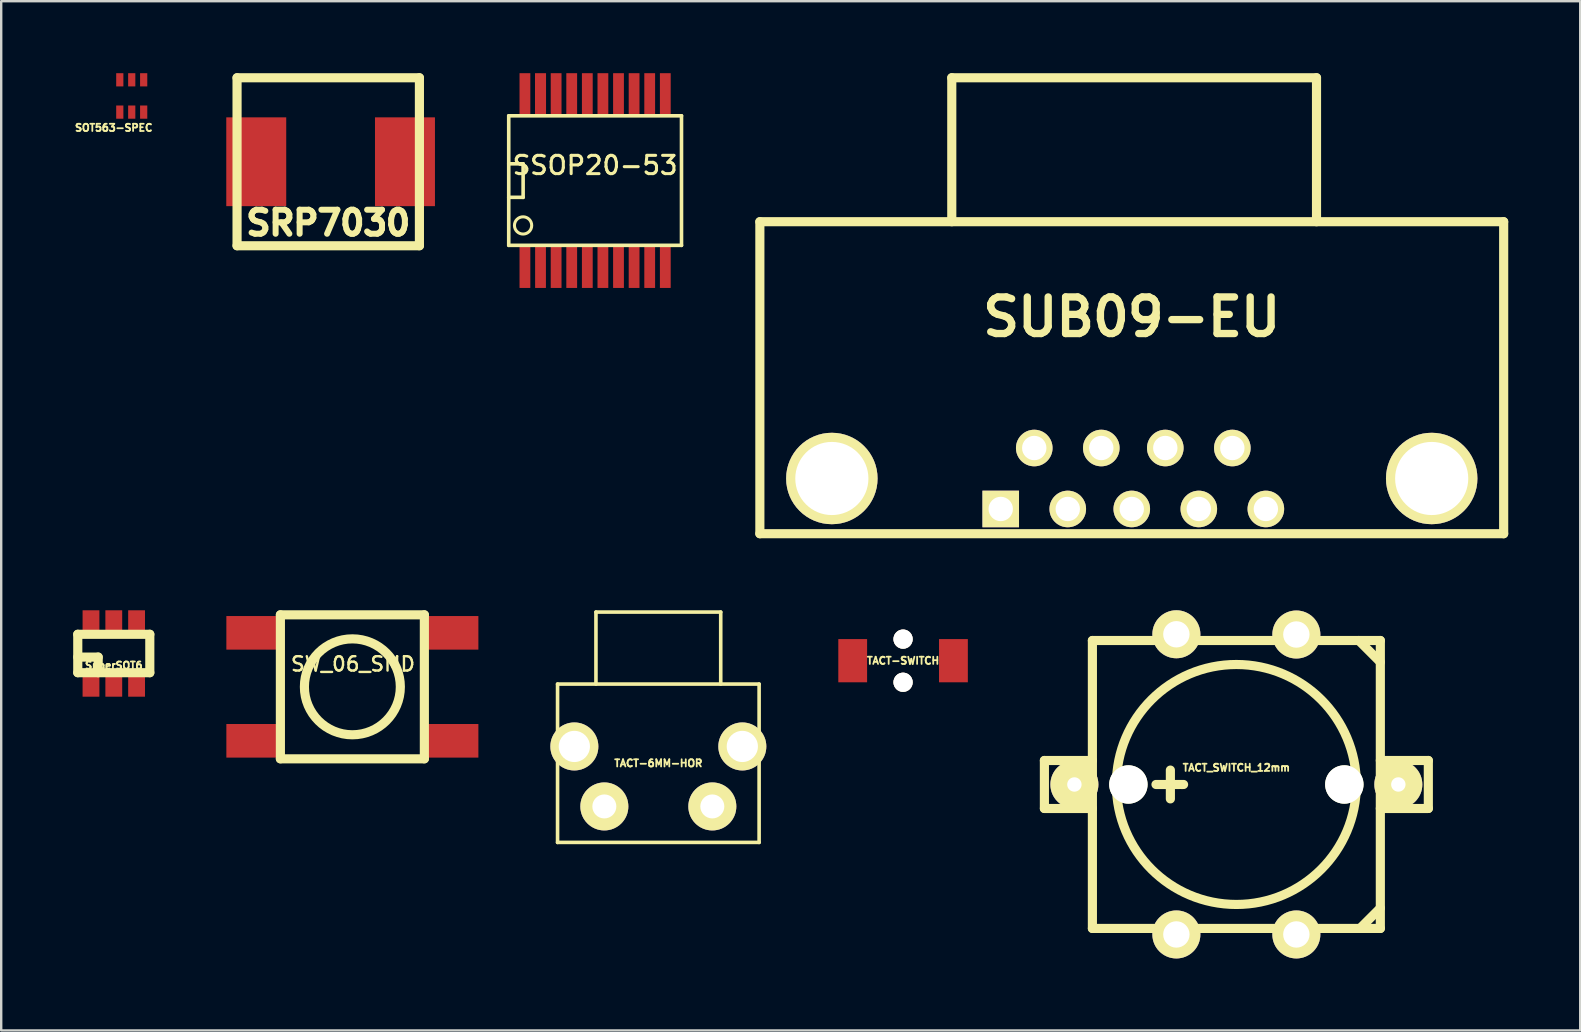
<source format=kicad_pcb>
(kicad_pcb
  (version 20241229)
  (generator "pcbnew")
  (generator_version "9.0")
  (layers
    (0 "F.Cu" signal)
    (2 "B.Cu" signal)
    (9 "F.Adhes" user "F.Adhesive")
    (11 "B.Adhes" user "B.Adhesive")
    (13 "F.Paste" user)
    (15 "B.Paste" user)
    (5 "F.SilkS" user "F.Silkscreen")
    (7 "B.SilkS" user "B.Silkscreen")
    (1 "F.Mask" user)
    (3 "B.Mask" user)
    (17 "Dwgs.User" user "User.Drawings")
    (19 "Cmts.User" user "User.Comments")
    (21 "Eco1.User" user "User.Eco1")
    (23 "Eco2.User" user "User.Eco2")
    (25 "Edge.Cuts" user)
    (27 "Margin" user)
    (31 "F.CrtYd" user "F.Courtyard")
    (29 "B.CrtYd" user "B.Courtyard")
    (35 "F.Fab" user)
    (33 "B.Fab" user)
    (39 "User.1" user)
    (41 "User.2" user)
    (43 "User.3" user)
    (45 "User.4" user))
  (footprint "SuperSOT6"
    (layer "F.Cu")
    (at 1.692 24.184)
    (property "Reference" "SuperSOT6" (at 0 0.5 0) (layer "F.SilkS") (effects (font (size 0.3 0.3) (thickness 0.076))))
    (attr through_hole)
    (fp_line (start -1.501 -0.8) (end 1.501 -0.8) (stroke (width 0.381) (type solid)) (layer "F.SilkS"))
    (fp_line (start -1.501 0.15) (end -0.65 0.15) (stroke (width 0.381) (type solid)) (layer "F.SilkS"))
    (fp_line (start -1.501 0.8) (end -1.501 -0.8) (stroke (width 0.381) (type solid)) (layer "F.SilkS"))
    (fp_line (start -0.65 0.15) (end -0.65 0.8) (stroke (width 0.381) (type solid)) (layer "F.SilkS"))
    (fp_line (start 1.501 -0.8) (end 1.501 0.8) (stroke (width 0.381) (type solid)) (layer "F.SilkS"))
    (fp_line (start 1.501 0.8) (end -1.501 0.8) (stroke (width 0.381) (type solid)) (layer "F.SilkS"))
    (pad "1" smd rect (at -0.95 1.3) (size 0.701 1.001) (layers "F.Cu" "F.Mask" "F.Paste"))
    (pad "2" smd rect (at 0 1.3) (size 0.701 1.001) (layers "F.Cu" "F.Mask" "F.Paste"))
    (pad "3" smd rect (at 0.95 1.3) (size 0.701 1.001) (layers "F.Cu" "F.Mask" "F.Paste"))
    (pad "4" smd rect (at 0.95 -1.3) (size 0.701 1.001) (layers "F.Cu" "F.Mask" "F.Paste"))
    (pad "5" smd rect (at 0 -1.3) (size 0.701 1.001) (layers "F.Cu" "F.Mask" "F.Paste"))
    (pad "6" smd rect (at -0.95 -1.3) (size 0.701 1.001) (layers "F.Cu" "F.Mask" "F.Paste")))
  (footprint "SUB09-EU"
    (layer "F.Cu")
    (at 44.116 18.161)
    (property "Reference" "SUB09-EU" (at 0 -8.001 0) (layer "F.SilkS") (effects (font (size 1.524 1.524) (thickness 0.305))))
    (attr through_hole)
    (fp_line (start -15.499 -11.971) (end 15.499 -11.971) (stroke (width 0.381) (type solid)) (layer "F.SilkS"))
    (fp_line (start -15.499 1.031) (end -15.499 -11.971) (stroke (width 0.381) (type solid)) (layer "F.SilkS"))
    (fp_line (start -7.501 -17.971) (end 7.699 -17.971) (stroke (width 0.381) (type solid)) (layer "F.SilkS"))
    (fp_line (start -7.501 -11.971) (end -7.501 -17.971) (stroke (width 0.381) (type solid)) (layer "F.SilkS"))
    (fp_line (start 7.699 -17.971) (end 7.699 -11.971) (stroke (width 0.381) (type solid)) (layer "F.SilkS"))
    (fp_line (start 15.499 -11.971) (end 15.499 1.031) (stroke (width 0.381) (type solid)) (layer "F.SilkS"))
    (fp_line (start 15.499 1.031) (end -15.499 1.031) (stroke (width 0.381) (type solid)) (layer "F.SilkS"))
    (pad "" thru_hole circle (at -12.499 -1.27) (size 3.81 3.81) (drill 3.048) (layers "*.Cu" "*.Mask" "F.SilkS"))
    (pad "" thru_hole circle (at 12.499 -1.27) (size 3.81 3.81) (drill 3.048) (layers "*.Cu" "*.Mask" "F.SilkS"))
    (pad "1" thru_hole rect (at -5.461 0) (size 1.524 1.524) (drill 1.016) (layers "*.Cu" "*.Mask" "F.SilkS"))
    (pad "2" thru_hole circle (at -2.667 0) (size 1.524 1.524) (drill 1.016) (layers "*.Cu" "*.Mask" "F.SilkS"))
    (pad "3" thru_hole circle (at 0 0) (size 1.524 1.524) (drill 1.016) (layers "*.Cu" "*.Mask" "F.SilkS"))
    (pad "4" thru_hole circle (at 2.794 0) (size 1.524 1.524) (drill 1.016) (layers "*.Cu" "*.Mask" "F.SilkS"))
    (pad "5" thru_hole circle (at 5.588 0) (size 1.524 1.524) (drill 1.016) (layers "*.Cu" "*.Mask" "F.SilkS"))
    (pad "6" thru_hole circle (at -4.064 -2.54) (size 1.524 1.524) (drill 1.016) (layers "*.Cu" "*.Mask" "F.SilkS"))
    (pad "7" thru_hole circle (at -1.27 -2.54) (size 1.524 1.524) (drill 1.016) (layers "*.Cu" "*.Mask" "F.SilkS"))
    (pad "8" thru_hole circle (at 1.397 -2.54) (size 1.524 1.524) (drill 1.016) (layers "*.Cu" "*.Mask" "F.SilkS"))
    (pad "9" thru_hole circle (at 4.191 -2.54) (size 1.524 1.524) (drill 1.016) (layers "*.Cu" "*.Mask" "F.SilkS")))
  (footprint "SSOP20-53"
    (layer "F.Cu")
    (at 21.751 4.475)
    (property "Reference" "SSOP20-53" (at 0 -0.635 0) (layer "F.SilkS") (effects (font (size 0.762 0.762) (thickness 0.127))))
    (attr smd)
    (fp_line (start -3.6 -2.7) (end 3.6 -2.7) (stroke (width 0.15) (type solid)) (layer "F.SilkS"))
    (fp_line (start -3.6 -0.7) (end -3 -0.7) (stroke (width 0.15) (type solid)) (layer "F.SilkS"))
    (fp_line (start -3.6 2.7) (end -3.6 -2.7) (stroke (width 0.15) (type solid)) (layer "F.SilkS"))
    (fp_line (start -3 -0.7) (end -3 0.7) (stroke (width 0.15) (type solid)) (layer "F.SilkS"))
    (fp_line (start -3 0.7) (end -3.6 0.7) (stroke (width 0.15) (type solid)) (layer "F.SilkS"))
    (fp_line (start 3.6 -2.7) (end 3.6 2.7) (stroke (width 0.15) (type solid)) (layer "F.SilkS"))
    (fp_line (start 3.6 2.7) (end -3.6 2.7) (stroke (width 0.15) (type solid)) (layer "F.SilkS"))
    (fp_circle (center -3.002 1.87) (end -3.256 1.616) (stroke (width 0.127) (type solid)) (fill no) (layer "F.SilkS"))
    (pad "1" smd rect (at -2.925 3.6) (size 0.45 1.75) (layers "F.Cu" "F.Mask" "F.Paste"))
    (pad "2" smd rect (at -2.275 3.6) (size 0.45 1.75) (layers "F.Cu" "F.Mask" "F.Paste"))
    (pad "3" smd rect (at -1.625 3.6) (size 0.45 1.75) (layers "F.Cu" "F.Mask" "F.Paste"))
    (pad "4" smd rect (at -0.975 3.6) (size 0.45 1.75) (layers "F.Cu" "F.Mask" "F.Paste"))
    (pad "5" smd rect (at -0.325 3.6) (size 0.45 1.75) (layers "F.Cu" "F.Mask" "F.Paste"))
    (pad "6" smd rect (at 0.325 3.6) (size 0.45 1.75) (layers "F.Cu" "F.Mask" "F.Paste"))
    (pad "7" smd rect (at 0.975 3.6) (size 0.45 1.75) (layers "F.Cu" "F.Mask" "F.Paste"))
    (pad "8" smd rect (at 1.625 3.6) (size 0.45 1.75) (layers "F.Cu" "F.Mask" "F.Paste"))
    (pad "9" smd rect (at 2.275 3.6) (size 0.45 1.75) (layers "F.Cu" "F.Mask" "F.Paste"))
    (pad "10" smd rect (at 2.925 3.6) (size 0.45 1.75) (layers "F.Cu" "F.Mask" "F.Paste"))
    (pad "11" smd rect (at 2.925 -3.6) (size 0.45 1.75) (layers "F.Cu" "F.Mask" "F.Paste"))
    (pad "12" smd rect (at 2.275 -3.6) (size 0.45 1.75) (layers "F.Cu" "F.Mask" "F.Paste"))
    (pad "13" smd rect (at 1.625 -3.6) (size 0.45 1.75) (layers "F.Cu" "F.Mask" "F.Paste"))
    (pad "14" smd rect (at 0.975 -3.6) (size 0.45 1.75) (layers "F.Cu" "F.Mask" "F.Paste"))
    (pad "15" smd rect (at 0.325 -3.6) (size 0.45 1.75) (layers "F.Cu" "F.Mask" "F.Paste"))
    (pad "16" smd rect (at -0.325 -3.6) (size 0.45 1.75) (layers "F.Cu" "F.Mask" "F.Paste"))
    (pad "17" smd rect (at -0.975 -3.6) (size 0.45 1.75) (layers "F.Cu" "F.Mask" "F.Paste"))
    (pad "18" smd rect (at -1.625 -3.6) (size 0.45 1.75) (layers "F.Cu" "F.Mask" "F.Paste"))
    (pad "19" smd rect (at -2.275 -3.6) (size 0.46 1.75) (layers "F.Cu" "F.Mask" "F.Paste"))
    (pad "20" smd rect (at -2.925 -3.6) (size 0.45 1.75) (layers "F.Cu" "F.Mask" "F.Paste")))
  (footprint "TACT_SWITCH_12mm"
    (layer "F.Cu")
    (at 48.475 29.643)
    (property "Reference" "TACT_SWITCH_12mm" (at 0 -0.7 0) (layer "F.SilkS") (effects (font (size 0.3 0.3) (thickness 0.075))))
    (attr through_hole)
    (fp_line (start -8 -1) (end -8 1) (stroke (width 0.381) (type solid)) (layer "F.SilkS"))
    (fp_line (start -8 -1) (end -6 -1) (stroke (width 0.381) (type solid)) (layer "F.SilkS"))
    (fp_line (start -8 1) (end -6 1) (stroke (width 0.381) (type solid)) (layer "F.SilkS"))
    (fp_line (start -6 -6) (end 6 -6) (stroke (width 0.381) (type solid)) (layer "F.SilkS"))
    (fp_line (start -6 6) (end -6 -6) (stroke (width 0.381) (type solid)) (layer "F.SilkS"))
    (fp_line (start -3.35 0) (end -2.35 0) (stroke (width 0.381) (type solid)) (layer "F.SilkS"))
    (fp_line (start -2.75 0.6) (end -2.75 -0.6) (stroke (width 0.381) (type solid)) (layer "F.SilkS"))
    (fp_line (start -2.3 0) (end -2.2 0) (stroke (width 0.381) (type solid)) (layer "F.SilkS"))
    (fp_line (start 5.1 -6) (end 6 -5.1) (stroke (width 0.381) (type solid)) (layer "F.SilkS"))
    (fp_line (start 5.15 6) (end 6 5.15) (stroke (width 0.381) (type solid)) (layer "F.SilkS"))
    (fp_line (start 6 -6) (end 6 6) (stroke (width 0.381) (type solid)) (layer "F.SilkS"))
    (fp_line (start 6 -1) (end 8 -1) (stroke (width 0.381) (type solid)) (layer "F.SilkS"))
    (fp_line (start 6 6) (end -6 6) (stroke (width 0.381) (type solid)) (layer "F.SilkS"))
    (fp_line (start 8 -1) (end 8 1) (stroke (width 0.381) (type solid)) (layer "F.SilkS"))
    (fp_line (start 8 1) (end 6 1) (stroke (width 0.381) (type solid)) (layer "F.SilkS"))
    (fp_circle (center 0 0) (end 5 0) (stroke (width 0.381) (type solid)) (fill no) (layer "F.SilkS"))
    (pad "" np_thru_hole circle (at -4.5 0) (size 1.6 1.6) (drill 1.6) (layers "*.Cu" "*.Mask" "F.SilkS"))
    (pad "" np_thru_hole circle (at 4.5 0) (size 1.6 1.6) (drill 1.6) (layers "*.Cu" "*.Mask" "F.SilkS"))
    (pad "1" thru_hole circle (at -6.75 0) (size 2 2) (drill 0.6) (layers "*.Cu" "*.Mask" "F.SilkS"))
    (pad "2" thru_hole circle (at 6.75 0) (size 2 2) (drill 0.6) (layers "*.Cu" "*.Mask" "F.SilkS"))
    (pad "3" thru_hole circle (at -2.5 -6.26) (size 2 2) (drill 1.1) (layers "*.Cu" "*.Mask" "F.SilkS"))
    (pad "3" thru_hole circle (at -2.5 6.25) (size 2 2) (drill 1.1) (layers "*.Cu" "*.Mask" "F.SilkS"))
    (pad "4" thru_hole circle (at 2.5 -6.25) (size 2 2) (drill 1.1) (layers "*.Cu" "*.Mask" "F.SilkS"))
    (pad "4" thru_hole circle (at 2.5 6.25) (size 2 2) (drill 1.1) (layers "*.Cu" "*.Mask" "F.SilkS")))
  (footprint "SW_06_SMD"
    (layer "F.Cu")
    (at 11.635 25.573)
    (property "Reference" "SW_06_SMD" (at 0.025 -0.95 0) (layer "F.SilkS") (effects (font (size 0.599 0.599) (thickness 0.099))))
    (attr through_hole)
    (fp_line (start -3 -3) (end 3 -3) (stroke (width 0.381) (type solid)) (layer "F.SilkS"))
    (fp_line (start -3 3) (end -3 -3) (stroke (width 0.381) (type solid)) (layer "F.SilkS"))
    (fp_line (start 3 -3) (end 3 3) (stroke (width 0.381) (type solid)) (layer "F.SilkS"))
    (fp_line (start 3 3) (end -3 3) (stroke (width 0.381) (type solid)) (layer "F.SilkS"))
    (fp_circle (center 0 0) (end 1.999 0) (stroke (width 0.381) (type solid)) (fill no) (layer "F.SilkS"))
    (pad "1" smd rect (at -4.201 -2.25) (size 2.101 1.4) (layers "F.Cu" "F.Mask" "F.Paste"))
    (pad "1" smd rect (at 4.201 -2.25) (size 2.101 1.4) (layers "F.Cu" "F.Mask" "F.Paste"))
    (pad "2" smd rect (at -4.201 2.25) (size 2.101 1.4) (layers "F.Cu" "F.Mask" "F.Paste"))
    (pad "2" smd rect (at 4.201 2.25) (size 2.101 1.4) (layers "F.Cu" "F.Mask" "F.Paste")))
  (footprint "TACT-SWITCH"
    (layer "F.Cu")
    (at 34.585 24.484)
    (property "Reference" "TACT-SWITCH" (at 0 0 0) (layer "F.SilkS") (effects (font (size 0.3 0.3) (thickness 0.076))))
    (attr smd)
    (fp_line (start -1.999 -1.501) (end 1.999 -1.501) (stroke (width 0.001) (type solid)) (layer "F.SilkS"))
    (fp_line (start -1.999 1.501) (end -1.999 -1.501) (stroke (width 0.001) (type solid)) (layer "F.SilkS"))
    (fp_line (start -0.8 -2.101) (end 0.8 -2.101) (stroke (width 0.001) (type solid)) (layer "F.SilkS"))
    (fp_line (start -0.8 -1.501) (end -0.8 -2.101) (stroke (width 0.001) (type solid)) (layer "F.SilkS"))
    (fp_line (start 0.8 -2.101) (end 0.8 -1.501) (stroke (width 0.001) (type solid)) (layer "F.SilkS"))
    (fp_line (start 1.999 -1.501) (end 1.999 1.501) (stroke (width 0.001) (type solid)) (layer "F.SilkS"))
    (fp_line (start 1.999 1.501) (end -1.999 1.501) (stroke (width 0.001) (type solid)) (layer "F.SilkS"))
    (pad "" thru_hole circle (at 0 -0.899) (size 0.8 0.8) (drill 0.8) (layers "*.Cu" "*.Mask" "F.SilkS"))
    (pad "" thru_hole circle (at 0 0.899) (size 0.8 0.8) (drill 0.8) (layers "*.Cu" "*.Mask" "F.SilkS"))
    (pad "1" smd rect (at -2.099 0) (size 1.2 1.801) (layers "F.Cu" "F.Mask" "F.Paste"))
    (pad "2" smd rect (at 2.099 0) (size 1.201 1.801) (layers "F.Cu" "F.Mask" "F.Paste")))
  (footprint "TACT-6MM-HOR"
    (layer "F.Cu")
    (at 24.386 28.058)
    (property "Reference" "TACT-6MM-HOR" (at 0 0.7 0) (layer "F.SilkS") (effects (font (size 0.3 0.3) (thickness 0.075))))
    (attr through_hole)
    (fp_line (start -4.2 -2.6) (end -4.2 4) (stroke (width 0.15) (type solid)) (layer "F.SilkS"))
    (fp_line (start -4.2 -2.6) (end 4.2 -2.6) (stroke (width 0.15) (type solid)) (layer "F.SilkS"))
    (fp_line (start -4.2 4) (end 4.2 4) (stroke (width 0.15) (type solid)) (layer "F.SilkS"))
    (fp_line (start -2.6 -5.6) (end 2.6 -5.6) (stroke (width 0.15) (type solid)) (layer "F.SilkS"))
    (fp_line (start -2.6 -2.6) (end -2.6 -5.6) (stroke (width 0.15) (type solid)) (layer "F.SilkS"))
    (fp_line (start 2.6 -5.6) (end 2.6 -2.6) (stroke (width 0.15) (type solid)) (layer "F.SilkS"))
    (fp_line (start 4.2 4) (end 4.2 -2.6) (stroke (width 0.15) (type solid)) (layer "F.SilkS"))
    (pad "" np_thru_hole circle (at -3.5 0) (size 2 2) (drill 1.3) (layers "*.Cu" "*.Mask" "F.SilkS"))
    (pad "" np_thru_hole circle (at 3.5 0) (size 2 2) (drill 1.3) (layers "*.Cu" "*.Mask" "F.SilkS"))
    (pad "1" thru_hole circle (at -2.25 2.5) (size 2 2) (drill 1) (layers "*.Cu" "*.Mask" "F.SilkS"))
    (pad "2" thru_hole circle (at 2.25 2.5) (size 2 2) (drill 1) (layers "*.Cu" "*.Mask" "F.SilkS")))
  (footprint "SRP7030"
    (layer "F.Cu")
    (at 10.728 3.691)
    (property "Reference" "SRP7030" (at -0.099 2.55 0) (layer "F.SilkS") (effects (font (size 1.001 1.001) (thickness 0.251))))
    (attr through_hole)
    (fp_line (start -3.899 -3.5) (end 3.701 -3.5) (stroke (width 0.381) (type solid)) (layer "F.SilkS"))
    (fp_line (start -3.899 3.5) (end -3.899 -3.5) (stroke (width 0.381) (type solid)) (layer "F.SilkS"))
    (fp_line (start -3.899 3.5) (end 3.701 3.5) (stroke (width 0.381) (type solid)) (layer "F.SilkS"))
    (fp_line (start 3.701 -3.5) (end 3.701 3.5) (stroke (width 0.381) (type solid)) (layer "F.SilkS"))
    (pad "1" smd rect (at -3.099 0) (size 2.499 3.701) (layers "F.Cu" "F.Mask" "F.Paste"))
    (pad "2" smd rect (at 3.099 0) (size 2.499 3.701) (layers "F.Cu" "F.Mask" "F.Paste")))
  (footprint "SOT563-SPEC"
    (layer "F.Cu")
    (at 2.44 0.949)
    (property "Reference" "SOT563-SPEC" (at -0.75 1.325 0) (layer "F.SilkS") (effects (font (size 0.3 0.3) (thickness 0.075))))
    (attr through_hole)
    (fp_line (start -0.798 -0.599) (end -0.798 0.599) (stroke (width 0.001) (type solid)) (layer "F.SilkS"))
    (fp_line (start 0.798 -0.599) (end 0.798 0.599) (stroke (width 0.001) (type solid)) (layer "F.SilkS"))
    (fp_circle (center -0.51 0.25) (end -0.45 0.31) (stroke (width 0.001) (type solid)) (fill no) (layer "F.SilkS"))
    (pad "1" smd rect (at -0.498 0.673 180) (size 0.3 0.551) (layers "F.Cu" "F.Mask" "F.Paste"))
    (pad "2" smd rect (at 0 0.673 180) (size 0.3 0.551) (layers "F.Cu" "F.Mask" "F.Paste"))
    (pad "3" smd rect (at 0.498 0.673 180) (size 0.3 0.551) (layers "F.Cu" "F.Mask" "F.Paste"))
    (pad "4" smd rect (at 0.498 -0.673) (size 0.3 0.551) (layers "F.Cu" "F.Mask" "F.Paste"))
    (pad "5" smd rect (at 0 -0.673) (size 0.3 0.551) (layers "F.Cu" "F.Mask" "F.Paste"))
    (pad "6" smd rect (at -0.498 -0.673) (size 0.3 0.551) (layers "F.Cu" "F.Mask" "F.Paste")))
  (gr_rect
    (start -3 -3)
    (end 62.805 39.893)
    (stroke (width 0.1) (type default))
    (fill no)
    (layer "Edge.Cuts")))
</source>
